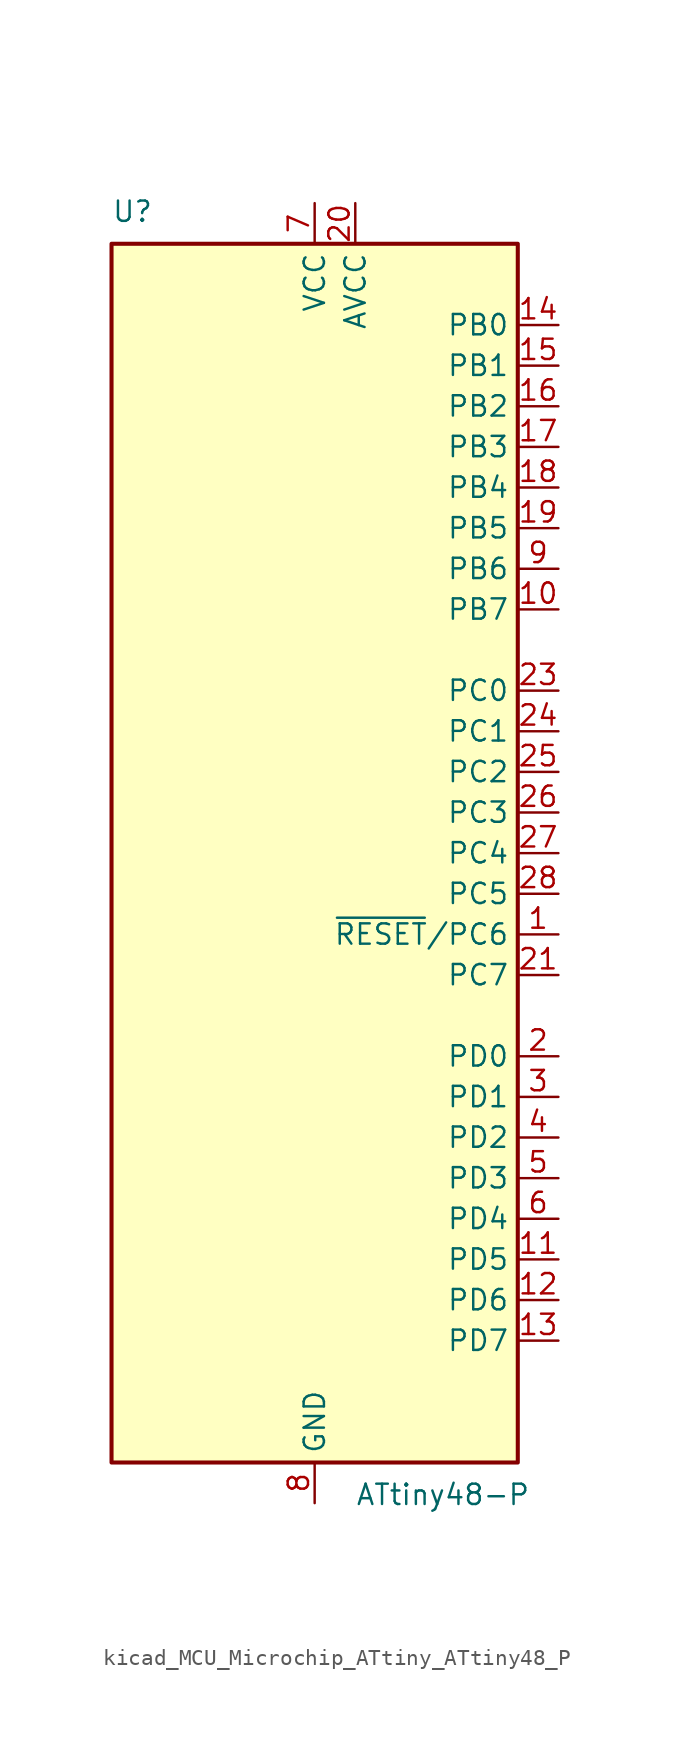
<source format=kicad_sym>
(kicad_symbol_lib
  (version 20220914)
  (generator kicad_symbol_editor)
  (symbol "kicad_MCU_Microchip_ATtiny_ATtiny48_P"
    (property "Reference" "U"
      (at -12.7 39.37 0)
      (effects (font (size 1.27 1.27)) (justify left bottom)))
    (property "Value" "ATtiny48-P"
      (at 2.54 -39.37 0)
      (effects (font (size 1.27 1.27)) (justify left top)))
    (symbol "kicad_MCU_Microchip_ATtiny_ATtiny48_P_0_1"
      (rectangle (start -12.7 -38.1) (end 12.7 38.1) (stroke (width 0.254) (type default)) (fill (type background))))
    (symbol "kicad_MCU_Microchip_ATtiny_ATtiny48_P_1_1"
      (pin bidirectional line (at 15.24 -5.08 180) (length 2.54) (name "~{RESET}/PC6" (effects (font (size 1.27 1.27)))) (number "1" (effects (font (size 1.27 1.27)))))
      (pin bidirectional line (at 15.24 15.24 180) (length 2.54) (name "PB7" (effects (font (size 1.27 1.27)))) (number "10" (effects (font (size 1.27 1.27)))))
      (pin bidirectional line (at 15.24 -25.4 180) (length 2.54) (name "PD5" (effects (font (size 1.27 1.27)))) (number "11" (effects (font (size 1.27 1.27)))))
      (pin bidirectional line (at 15.24 -27.94 180) (length 2.54) (name "PD6" (effects (font (size 1.27 1.27)))) (number "12" (effects (font (size 1.27 1.27)))))
      (pin bidirectional line (at 15.24 -30.48 180) (length 2.54) (name "PD7" (effects (font (size 1.27 1.27)))) (number "13" (effects (font (size 1.27 1.27)))))
      (pin bidirectional line (at 15.24 33.02 180) (length 2.54) (name "PB0" (effects (font (size 1.27 1.27)))) (number "14" (effects (font (size 1.27 1.27)))))
      (pin bidirectional line (at 15.24 30.48 180) (length 2.54) (name "PB1" (effects (font (size 1.27 1.27)))) (number "15" (effects (font (size 1.27 1.27)))))
      (pin bidirectional line (at 15.24 27.94 180) (length 2.54) (name "PB2" (effects (font (size 1.27 1.27)))) (number "16" (effects (font (size 1.27 1.27)))))
      (pin bidirectional line (at 15.24 25.4 180) (length 2.54) (name "PB3" (effects (font (size 1.27 1.27)))) (number "17" (effects (font (size 1.27 1.27)))))
      (pin bidirectional line (at 15.24 22.86 180) (length 2.54) (name "PB4" (effects (font (size 1.27 1.27)))) (number "18" (effects (font (size 1.27 1.27)))))
      (pin bidirectional line (at 15.24 20.32 180) (length 2.54) (name "PB5" (effects (font (size 1.27 1.27)))) (number "19" (effects (font (size 1.27 1.27)))))
      (pin bidirectional line (at 15.24 -12.7 180) (length 2.54) (name "PD0" (effects (font (size 1.27 1.27)))) (number "2" (effects (font (size 1.27 1.27)))))
      (pin power_in line (at 2.54 40.64 270) (length 2.54) (name "AVCC" (effects (font (size 1.27 1.27)))) (number "20" (effects (font (size 1.27 1.27)))))
      (pin bidirectional line (at 15.24 -7.62 180) (length 2.54) (name "PC7" (effects (font (size 1.27 1.27)))) (number "21" (effects (font (size 1.27 1.27)))))
      (pin passive line (at 0 -40.64 90) (length 2.54) hide (name "GND" (effects (font (size 1.27 1.27)))) (number "22" (effects (font (size 1.27 1.27)))))
      (pin bidirectional line (at 15.24 10.16 180) (length 2.54) (name "PC0" (effects (font (size 1.27 1.27)))) (number "23" (effects (font (size 1.27 1.27)))))
      (pin bidirectional line (at 15.24 7.62 180) (length 2.54) (name "PC1" (effects (font (size 1.27 1.27)))) (number "24" (effects (font (size 1.27 1.27)))))
      (pin bidirectional line (at 15.24 5.08 180) (length 2.54) (name "PC2" (effects (font (size 1.27 1.27)))) (number "25" (effects (font (size 1.27 1.27)))))
      (pin bidirectional line (at 15.24 2.54 180) (length 2.54) (name "PC3" (effects (font (size 1.27 1.27)))) (number "26" (effects (font (size 1.27 1.27)))))
      (pin bidirectional line (at 15.24 0 180) (length 2.54) (name "PC4" (effects (font (size 1.27 1.27)))) (number "27" (effects (font (size 1.27 1.27)))))
      (pin bidirectional line (at 15.24 -2.54 180) (length 2.54) (name "PC5" (effects (font (size 1.27 1.27)))) (number "28" (effects (font (size 1.27 1.27)))))
      (pin bidirectional line (at 15.24 -15.24 180) (length 2.54) (name "PD1" (effects (font (size 1.27 1.27)))) (number "3" (effects (font (size 1.27 1.27)))))
      (pin bidirectional line (at 15.24 -17.78 180) (length 2.54) (name "PD2" (effects (font (size 1.27 1.27)))) (number "4" (effects (font (size 1.27 1.27)))))
      (pin bidirectional line (at 15.24 -20.32 180) (length 2.54) (name "PD3" (effects (font (size 1.27 1.27)))) (number "5" (effects (font (size 1.27 1.27)))))
      (pin bidirectional line (at 15.24 -22.86 180) (length 2.54) (name "PD4" (effects (font (size 1.27 1.27)))) (number "6" (effects (font (size 1.27 1.27)))))
      (pin power_in line (at 0 40.64 270) (length 2.54) (name "VCC" (effects (font (size 1.27 1.27)))) (number "7" (effects (font (size 1.27 1.27)))))
      (pin power_in line (at 0 -40.64 90) (length 2.54) (name "GND" (effects (font (size 1.27 1.27)))) (number "8" (effects (font (size 1.27 1.27)))))
      (pin bidirectional line (at 15.24 17.78 180) (length 2.54) (name "PB6" (effects (font (size 1.27 1.27)))) (number "9" (effects (font (size 1.27 1.27))))))))
</source>
